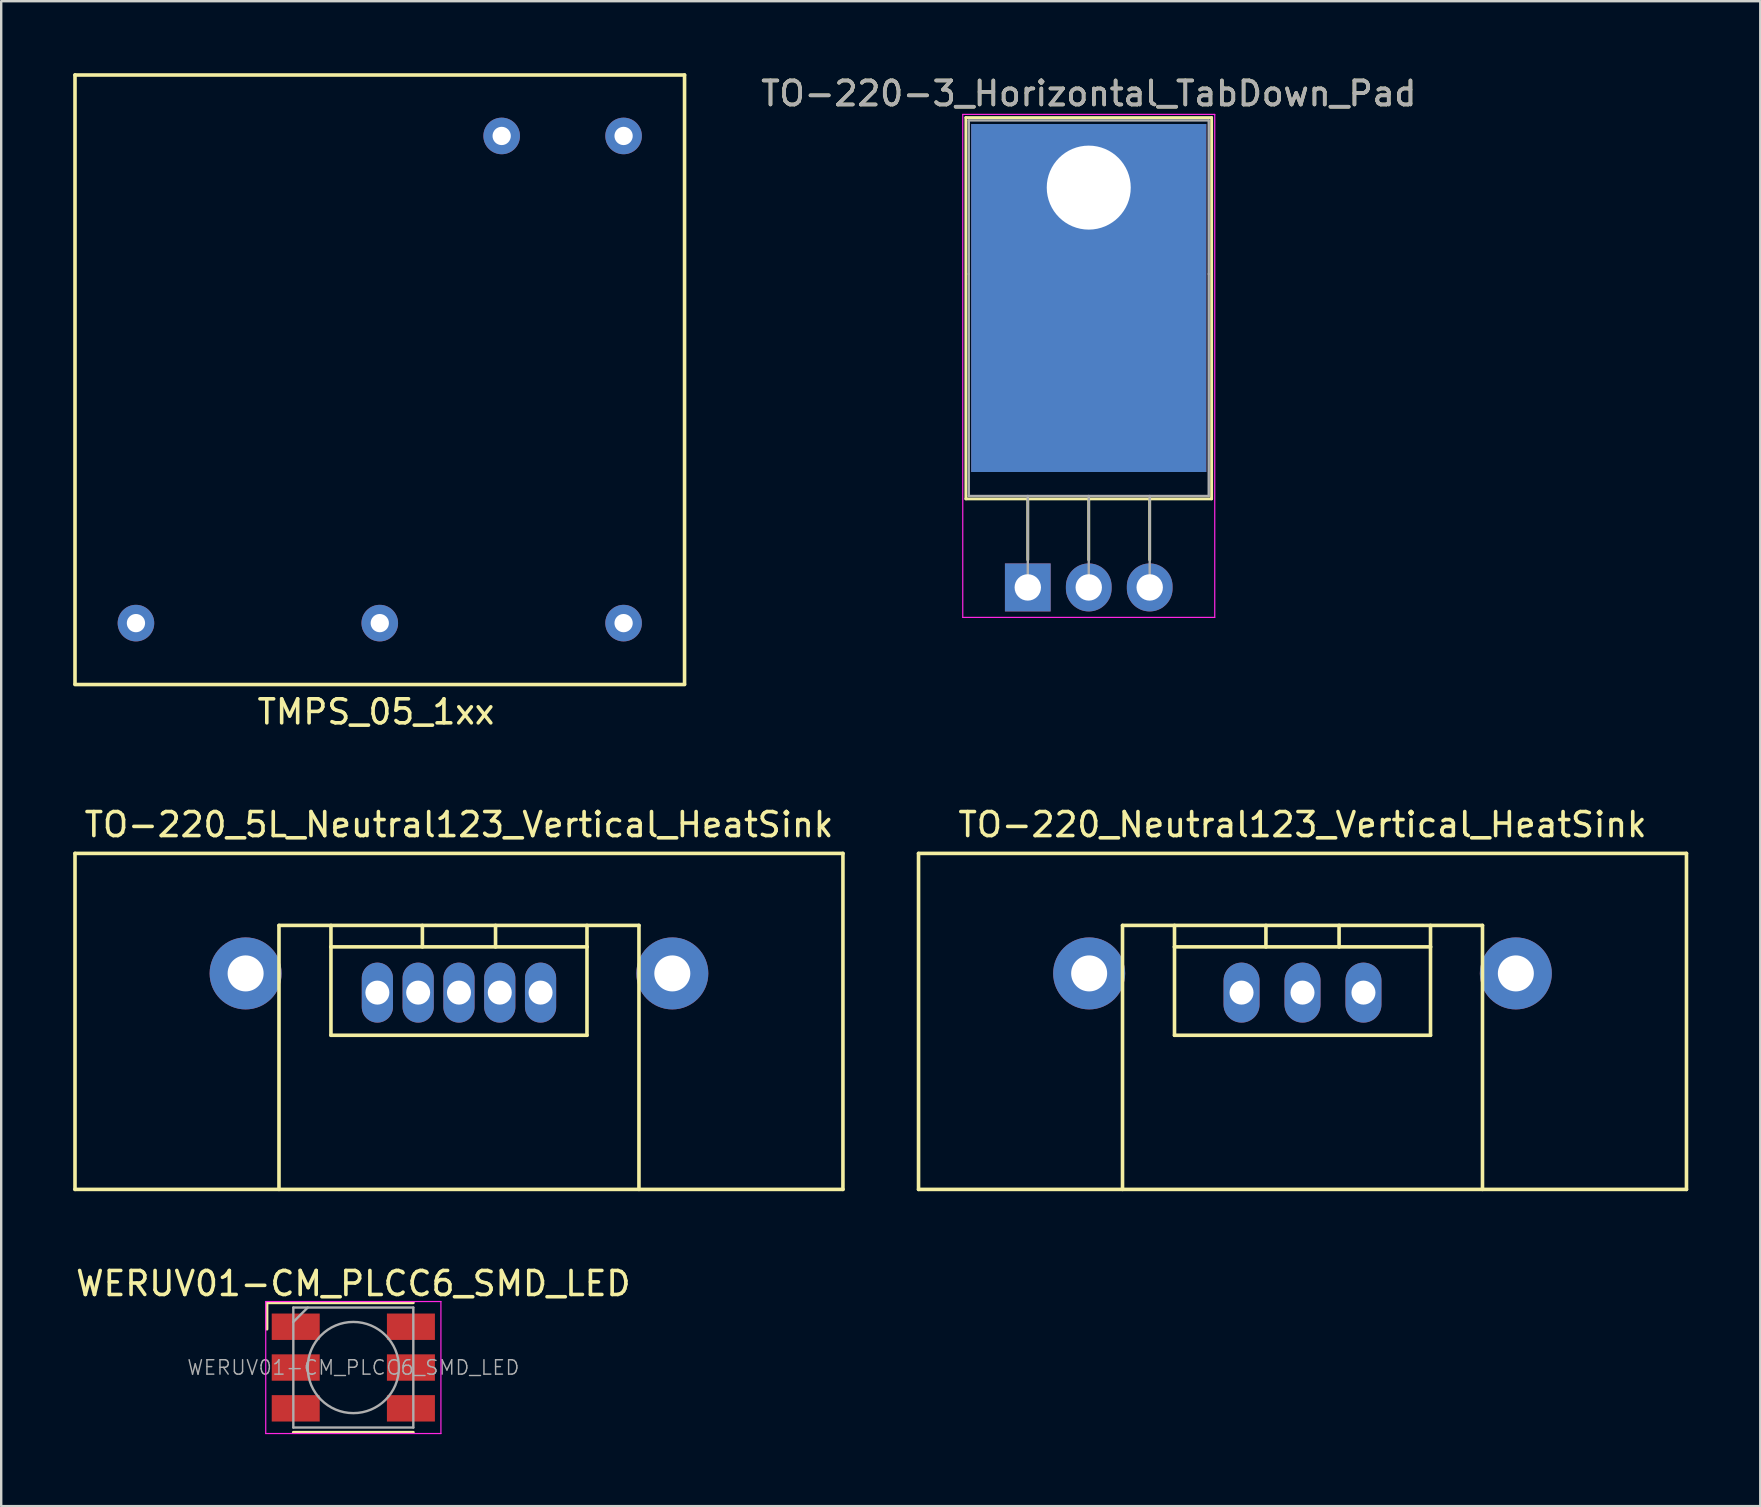
<source format=kicad_pcb>
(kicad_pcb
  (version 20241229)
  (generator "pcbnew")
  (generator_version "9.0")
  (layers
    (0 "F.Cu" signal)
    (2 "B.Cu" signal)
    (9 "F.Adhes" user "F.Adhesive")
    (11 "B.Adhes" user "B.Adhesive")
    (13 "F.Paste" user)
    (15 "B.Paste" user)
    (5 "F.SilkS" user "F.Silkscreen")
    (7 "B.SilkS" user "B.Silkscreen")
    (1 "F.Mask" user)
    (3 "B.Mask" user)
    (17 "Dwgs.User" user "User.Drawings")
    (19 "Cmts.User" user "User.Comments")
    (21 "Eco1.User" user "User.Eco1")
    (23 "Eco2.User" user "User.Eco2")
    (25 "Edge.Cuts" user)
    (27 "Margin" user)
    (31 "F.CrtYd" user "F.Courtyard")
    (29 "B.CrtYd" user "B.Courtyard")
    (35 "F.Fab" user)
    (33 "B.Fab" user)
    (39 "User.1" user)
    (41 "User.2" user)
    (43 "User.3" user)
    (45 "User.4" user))
  (footprint "TMPS_05_1xx"
    (layer "F.Cu")
    (at 2.615 2.615)
    (property "Reference" "TMPS_05_1xx" (at 10 24 0) (layer "F.SilkS") (effects (font (size 1 1) (thickness 0.15))))
    (attr through_hole)
    (fp_line (start -2.54 -2.54) (end -2.54 22.84) (stroke (width 0.15) (type solid)) (layer "F.SilkS"))
    (fp_line (start -2.54 -2.54) (end 22.86 -2.54) (stroke (width 0.15) (type solid)) (layer "F.SilkS"))
    (fp_line (start -2.54 22.86) (end 22.86 22.86) (stroke (width 0.15) (type solid)) (layer "F.SilkS"))
    (fp_line (start 22.86 -2.54) (end 22.86 22.84) (stroke (width 0.15) (type solid)) (layer "F.SilkS"))
    (pad "1" thru_hole circle (at 20.32 0) (size 1.524 1.524) (drill 0.762) (layers "*.Cu" "*.Mask"))
    (pad "2" thru_hole circle (at 15.24 0) (size 1.524 1.524) (drill 0.762) (layers "*.Cu" "*.Mask"))
    (pad "3" thru_hole circle (at 0 20.3) (size 1.524 1.524) (drill 0.762) (layers "*.Cu" "*.Mask"))
    (pad "4" thru_hole circle (at 10.16 20.3) (size 1.524 1.524) (drill 0.762) (layers "*.Cu" "*.Mask"))
    (pad "5" thru_hole circle (at 20.32 20.3) (size 1.524 1.524) (drill 0.762) (layers "*.Cu" "*.Mask")))
  (footprint "TO-220-3_Horizontal_TabDown_Pad"
    (layer "F.Cu")
    (at 39.778 21.428)
    (property "Reference" "TO-220-3_Horizontal_TabDown_Pad" (at 2.54 -20.58 0) (layer "F.SilkS") (effects (font (size 1 1) (thickness 0.15))))
    (attr through_hole)
    (fp_line (start -2.58 -19.58) (end -2.58 -3.69) (stroke (width 0.12) (type solid)) (layer "F.SilkS"))
    (fp_line (start -2.58 -19.58) (end 7.66 -19.58) (stroke (width 0.12) (type solid)) (layer "F.SilkS"))
    (fp_line (start -2.58 -3.69) (end 7.66 -3.69) (stroke (width 0.12) (type solid)) (layer "F.SilkS"))
    (fp_line (start 0 -3.69) (end 0 -1.15) (stroke (width 0.12) (type solid)) (layer "F.SilkS"))
    (fp_line (start 2.54 -3.69) (end 2.54 -1.15) (stroke (width 0.12) (type solid)) (layer "F.SilkS"))
    (fp_line (start 5.08 -3.69) (end 5.08 -1.15) (stroke (width 0.12) (type solid)) (layer "F.SilkS"))
    (fp_line (start 7.66 -19.58) (end 7.66 -3.69) (stroke (width 0.12) (type solid)) (layer "F.SilkS"))
    (fp_line (start -2.71 -19.71) (end -2.71 1.25) (stroke (width 0.05) (type solid)) (layer "F.CrtYd"))
    (fp_line (start -2.71 1.25) (end 7.79 1.25) (stroke (width 0.05) (type solid)) (layer "F.CrtYd"))
    (fp_line (start 7.79 -19.71) (end -2.71 -19.71) (stroke (width 0.05) (type solid)) (layer "F.CrtYd"))
    (fp_line (start 7.79 1.25) (end 7.79 -19.71) (stroke (width 0.05) (type solid)) (layer "F.CrtYd"))
    (fp_line (start -2.46 -19.46) (end 7.54 -19.46) (stroke (width 0.1) (type solid)) (layer "F.Fab"))
    (fp_line (start -2.46 -13.06) (end -2.46 -19.46) (stroke (width 0.1) (type solid)) (layer "F.Fab"))
    (fp_line (start -2.46 -3.81) (end -2.46 -13.06) (stroke (width 0.1) (type solid)) (layer "F.Fab"))
    (fp_line (start 0 -3.81) (end 0 0) (stroke (width 0.1) (type solid)) (layer "F.Fab"))
    (fp_line (start 2.54 -3.81) (end 2.54 0) (stroke (width 0.1) (type solid)) (layer "F.Fab"))
    (fp_line (start 5.08 -3.81) (end 5.08 0) (stroke (width 0.1) (type solid)) (layer "F.Fab"))
    (fp_line (start 7.54 -19.46) (end 7.54 -13.06) (stroke (width 0.1) (type solid)) (layer "F.Fab"))
    (fp_line (start 7.54 -13.06) (end 7.54 -3.81) (stroke (width 0.1) (type solid)) (layer "F.Fab"))
    (fp_line (start 7.54 -3.81) (end -2.46 -3.81) (stroke (width 0.1) (type solid)) (layer "F.Fab"))
    (fp_text user "${REFERENCE}" (at 2.54 -20.58 0) (layer "F.Fab") (effects (font (size 1 1) (thickness 0.15))))
    (pad "1" thru_hole rect (at 0 0) (size 1.905 2) (drill 1.1) (layers "*.Cu" "*.Mask"))
    (pad "1" thru_hole rect (at 2.54 -16.66) (size 9.8 14.5) (drill 3.5 (offset 0 4.6)) (layers "*.Cu" "*.Mask"))
    (pad "2" thru_hole oval (at 2.54 0) (size 1.905 2) (drill 1.1) (layers "*.Cu" "*.Mask"))
    (pad "3" thru_hole oval (at 5.08 0) (size 1.905 2) (drill 1.1) (layers "*.Cu" "*.Mask")))
  (footprint "WERUV01-CM_PLCC6_SMD_LED"
    (layer "F.Cu")
    (at 11.673 53.935)
    (property "Reference" "WERUV01-CM_PLCC6_SMD_LED" (at 0 -3.5 180) (layer "F.SilkS") (effects (font (size 1 1) (thickness 0.15))))
    (attr smd)
    (fp_line (start -3.6 -2.7) (end 2.5 -2.7) (stroke (width 0.12) (type solid)) (layer "F.SilkS"))
    (fp_line (start -3.6 -1.6) (end -3.6 -2.7) (stroke (width 0.12) (type solid)) (layer "F.SilkS"))
    (fp_line (start 2.5 2.7) (end -2.5 2.7) (stroke (width 0.12) (type solid)) (layer "F.SilkS"))
    (fp_line (start -3.65 -2.75) (end -3.65 2.75) (stroke (width 0.05) (type solid)) (layer "F.CrtYd"))
    (fp_line (start -3.65 2.75) (end 3.65 2.75) (stroke (width 0.05) (type solid)) (layer "F.CrtYd"))
    (fp_line (start 3.65 -2.75) (end -3.65 -2.75) (stroke (width 0.05) (type solid)) (layer "F.CrtYd"))
    (fp_line (start 3.65 2.75) (end 3.65 -2.75) (stroke (width 0.05) (type solid)) (layer "F.CrtYd"))
    (fp_line (start -2.5 -2.5) (end -2.5 2.5) (stroke (width 0.1) (type solid)) (layer "F.Fab"))
    (fp_line (start -2.5 -1.9) (end -1.9 -2.5) (stroke (width 0.1) (type solid)) (layer "F.Fab"))
    (fp_line (start -2.5 2.5) (end 2.5 2.5) (stroke (width 0.1) (type solid)) (layer "F.Fab"))
    (fp_line (start 2.5 -2.5) (end -2.5 -2.5) (stroke (width 0.1) (type solid)) (layer "F.Fab"))
    (fp_line (start 2.5 2.5) (end 2.5 -2.5) (stroke (width 0.1) (type solid)) (layer "F.Fab"))
    (fp_circle (center 0 0) (end 0 -1.9) (stroke (width 0.1) (type solid)) (fill no) (layer "F.Fab"))
    (fp_text user "${REFERENCE}" (at 0 0 0) (layer "F.Fab") (effects (font (size 0.6 0.6) (thickness 0.06))))
    (pad "1" smd rect (at -2.4 -1.7 90) (size 1.1 2) (layers "F.Cu" "F.Mask" "F.Paste"))
    (pad "2" smd rect (at -2.4 0 90) (size 1.1 2) (layers "F.Cu" "F.Mask" "F.Paste"))
    (pad "3" smd rect (at -2.4 1.7 90) (size 1.1 2) (layers "F.Cu" "F.Mask" "F.Paste"))
    (pad "4" smd rect (at 2.4 1.7 90) (size 1.1 2) (layers "F.Cu" "F.Mask" "F.Paste"))
    (pad "5" smd rect (at 2.4 0 90) (size 1.1 2) (layers "F.Cu" "F.Mask" "F.Paste"))
    (pad "6" smd rect (at 2.4 -1.7 90) (size 1.1 2) (layers "F.Cu" "F.Mask" "F.Paste")))
  (footprint "TO-220_Neutral123_Vertical_HeatSink"
    (layer "F.Cu")
    (at 51.225 38.312)
    (property "Reference" "TO-220_Neutral123_Vertical_HeatSink" (at 0 -7 0) (layer "F.SilkS") (effects (font (size 1 1) (thickness 0.15))))
    (attr through_hole)
    (fp_line (start -16 -5.8) (end -16 8.2) (stroke (width 0.15) (type solid)) (layer "F.SilkS"))
    (fp_line (start -16 -5.8) (end 16 -5.8) (stroke (width 0.15) (type solid)) (layer "F.SilkS"))
    (fp_line (start -16 8.2) (end 16 8.2) (stroke (width 0.15) (type solid)) (layer "F.SilkS"))
    (fp_line (start -7.5 -2.8) (end -7.5 8.2) (stroke (width 0.15) (type solid)) (layer "F.SilkS"))
    (fp_line (start -7.5 -2.8) (end 7.5 -2.8) (stroke (width 0.15) (type solid)) (layer "F.SilkS"))
    (fp_line (start -5.334 -1.905) (end -5.334 -2.8) (stroke (width 0.15) (type solid)) (layer "F.SilkS"))
    (fp_line (start -5.334 1.778) (end -5.334 -1.905) (stroke (width 0.15) (type solid)) (layer "F.SilkS"))
    (fp_line (start -1.524 -2.8) (end -1.524 -1.905) (stroke (width 0.15) (type solid)) (layer "F.SilkS"))
    (fp_line (start 1.524 -2.8) (end 1.524 -1.905) (stroke (width 0.15) (type solid)) (layer "F.SilkS"))
    (fp_line (start 5.334 -2.8) (end 5.334 -1.905) (stroke (width 0.15) (type solid)) (layer "F.SilkS"))
    (fp_line (start 5.334 -1.905) (end -5.334 -1.905) (stroke (width 0.15) (type solid)) (layer "F.SilkS"))
    (fp_line (start 5.334 -1.905) (end 5.334 1.778) (stroke (width 0.15) (type solid)) (layer "F.SilkS"))
    (fp_line (start 5.334 1.778) (end -5.334 1.778) (stroke (width 0.15) (type solid)) (layer "F.SilkS"))
    (fp_line (start 7.5 -2.8) (end 7.5 8.2) (stroke (width 0.15) (type solid)) (layer "F.SilkS"))
    (fp_line (start 16 -5.8) (end 16 8.2) (stroke (width 0.15) (type solid)) (layer "F.SilkS"))
    (pad "" np_thru_hole circle (at -8.89 -0.8) (size 3 3) (drill 1.5) (layers "*.Cu" "*.Mask"))
    (pad "" np_thru_hole circle (at 8.89 -0.8) (size 3 3) (drill 1.5) (layers "*.Cu" "*.Mask"))
    (pad "1" thru_hole oval (at -2.54 0 90) (size 2.5 1.5) (drill 1) (layers "*.Cu" "*.Mask"))
    (pad "2" thru_hole oval (at 0 0 90) (size 2.5 1.5) (drill 1) (layers "*.Cu" "*.Mask"))
    (pad "3" thru_hole oval (at 2.54 0 90) (size 2.5 1.5) (drill 1) (layers "*.Cu" "*.Mask")))
  (footprint "TO-220_5L_Neutral123_Vertical_HeatSink"
    (layer "F.Cu")
    (at 16.075 38.312)
    (property "Reference" "TO-220_5L_Neutral123_Vertical_HeatSink" (at 0 -7 0) (layer "F.SilkS") (effects (font (size 1 1) (thickness 0.15))))
    (attr through_hole)
    (fp_line (start -16 -5.8) (end -16 8.2) (stroke (width 0.15) (type solid)) (layer "F.SilkS"))
    (fp_line (start -16 -5.8) (end 16 -5.8) (stroke (width 0.15) (type solid)) (layer "F.SilkS"))
    (fp_line (start -16 8.2) (end 16 8.2) (stroke (width 0.15) (type solid)) (layer "F.SilkS"))
    (fp_line (start -7.5 -2.8) (end -7.5 8.2) (stroke (width 0.15) (type solid)) (layer "F.SilkS"))
    (fp_line (start -7.5 -2.8) (end 7.5 -2.8) (stroke (width 0.15) (type solid)) (layer "F.SilkS"))
    (fp_line (start -5.334 -1.905) (end -5.334 -2.8) (stroke (width 0.15) (type solid)) (layer "F.SilkS"))
    (fp_line (start -5.334 1.778) (end -5.334 -1.905) (stroke (width 0.15) (type solid)) (layer "F.SilkS"))
    (fp_line (start -1.524 -2.8) (end -1.524 -1.905) (stroke (width 0.15) (type solid)) (layer "F.SilkS"))
    (fp_line (start 1.524 -2.8) (end 1.524 -1.905) (stroke (width 0.15) (type solid)) (layer "F.SilkS"))
    (fp_line (start 5.334 -2.8) (end 5.334 -1.905) (stroke (width 0.15) (type solid)) (layer "F.SilkS"))
    (fp_line (start 5.334 -1.905) (end -5.334 -1.905) (stroke (width 0.15) (type solid)) (layer "F.SilkS"))
    (fp_line (start 5.334 -1.905) (end 5.334 1.778) (stroke (width 0.15) (type solid)) (layer "F.SilkS"))
    (fp_line (start 5.334 1.778) (end -5.334 1.778) (stroke (width 0.15) (type solid)) (layer "F.SilkS"))
    (fp_line (start 7.5 -2.8) (end 7.5 8.2) (stroke (width 0.15) (type solid)) (layer "F.SilkS"))
    (fp_line (start 16 -5.8) (end 16 8.2) (stroke (width 0.15) (type solid)) (layer "F.SilkS"))
    (pad "" np_thru_hole circle (at -8.89 -0.8) (size 3 3) (drill 1.5) (layers "*.Cu" "*.Mask"))
    (pad "" np_thru_hole circle (at 8.89 -0.8) (size 3 3) (drill 1.5) (layers "*.Cu" "*.Mask"))
    (pad "1" thru_hole oval (at -3.4 0 90) (size 2.5 1.3) (drill 1) (layers "*.Cu" "*.Mask"))
    (pad "2" thru_hole oval (at -1.7 0 90) (size 2.5 1.3) (drill 1) (layers "*.Cu" "*.Mask"))
    (pad "3" thru_hole oval (at 0 0 90) (size 2.5 1.3) (drill 1) (layers "*.Cu" "*.Mask"))
    (pad "4" thru_hole oval (at 1.7 0 90) (size 2.5 1.3) (drill 1) (layers "*.Cu" "*.Mask"))
    (pad "5" thru_hole oval (at 3.4 0 90) (size 2.5 1.3) (drill 1) (layers "*.Cu" "*.Mask")))
  (gr_rect
    (start -3 -3)
    (end 70.3 59.71)
    (stroke (width 0.1) (type default))
    (fill no)
    (layer "Edge.Cuts")))
</source>
